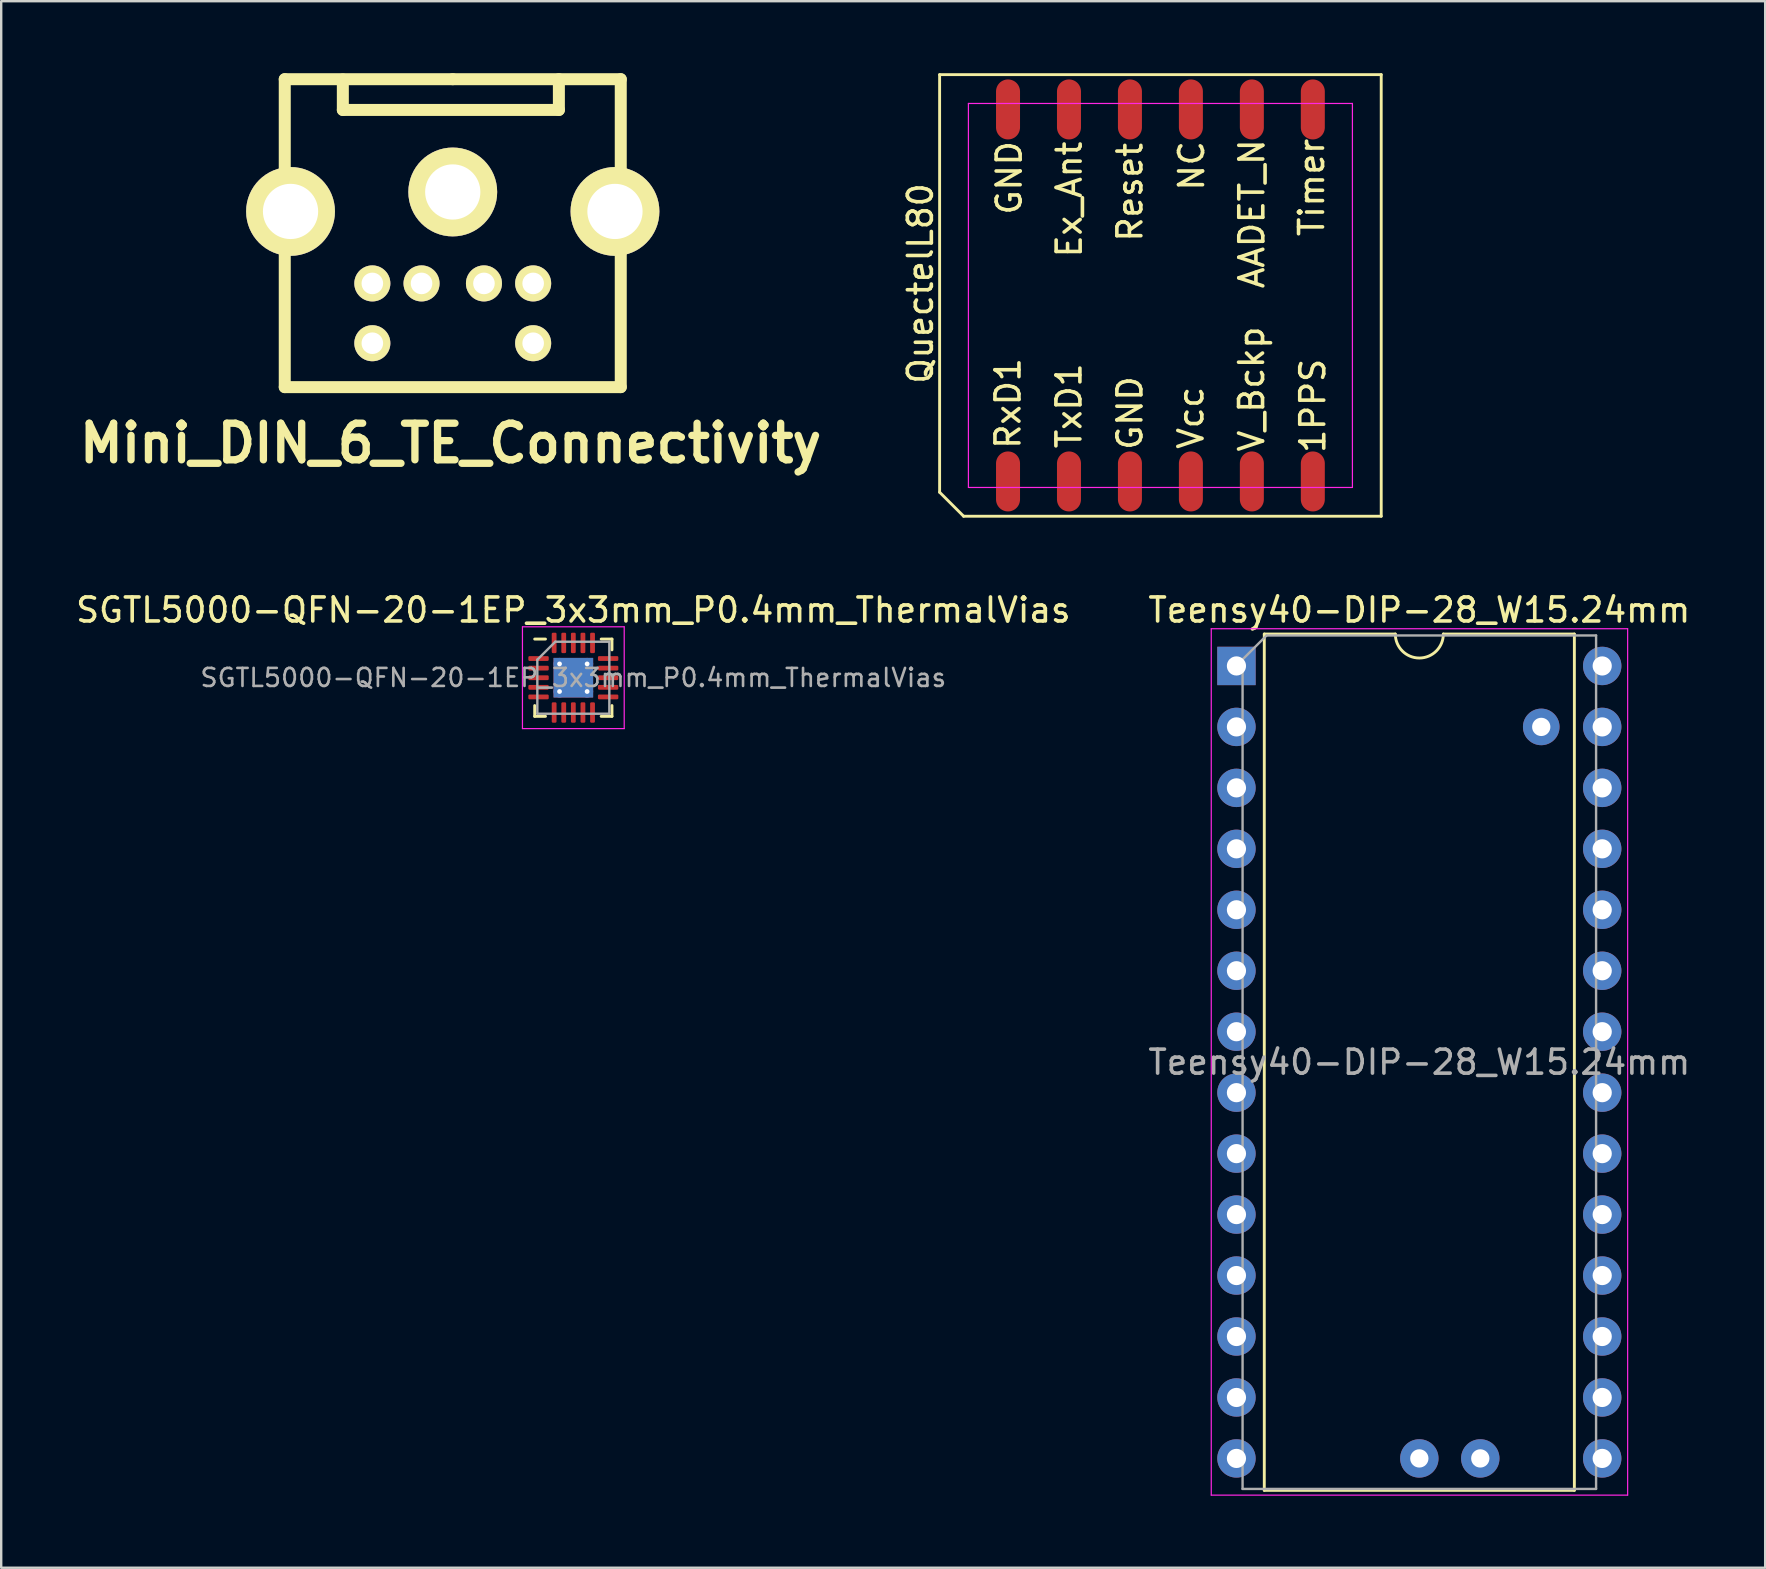
<source format=kicad_pcb>
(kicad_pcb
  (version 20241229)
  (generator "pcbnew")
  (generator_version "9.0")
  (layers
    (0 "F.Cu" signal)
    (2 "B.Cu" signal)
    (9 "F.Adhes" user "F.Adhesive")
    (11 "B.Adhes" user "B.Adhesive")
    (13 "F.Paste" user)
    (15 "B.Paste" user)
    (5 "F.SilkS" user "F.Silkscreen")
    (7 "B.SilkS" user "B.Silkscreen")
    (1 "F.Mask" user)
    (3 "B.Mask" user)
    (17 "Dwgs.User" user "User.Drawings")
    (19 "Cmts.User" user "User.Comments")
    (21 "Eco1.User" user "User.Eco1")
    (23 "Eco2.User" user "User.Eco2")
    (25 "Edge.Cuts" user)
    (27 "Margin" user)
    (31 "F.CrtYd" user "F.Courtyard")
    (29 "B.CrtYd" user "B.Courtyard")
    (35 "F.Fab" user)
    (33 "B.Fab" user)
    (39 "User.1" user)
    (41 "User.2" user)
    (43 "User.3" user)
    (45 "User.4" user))
  (footprint "QuectelL80"
    (layer "F.Cu")
    (at 45.301 9.26)
    (property "Reference" "QuectelL80" (at -10 -0.5 90) (layer "F.SilkS") (effects (font (size 1 1) (thickness 0.15))))
    (attr smd)
    (fp_line (start -9.2 -9.2) (end 9.2 -9.2) (stroke (width 0.12) (type solid)) (layer "F.SilkS"))
    (fp_line (start -9.2 8.2) (end -9.2 -9.2) (stroke (width 0.12) (type solid)) (layer "F.SilkS"))
    (fp_line (start -8.2 9.2) (end -9.2 8.2) (stroke (width 0.12) (type solid)) (layer "F.SilkS"))
    (fp_line (start 9.2 -9.2) (end 9.2 9.2) (stroke (width 0.12) (type solid)) (layer "F.SilkS"))
    (fp_line (start 9.2 9.2) (end -8.2 9.2) (stroke (width 0.12) (type solid)) (layer "F.SilkS"))
    (fp_line (start -8 -8) (end 8 -8) (stroke (width 0.05) (type solid)) (layer "F.CrtYd"))
    (fp_line (start -8 8) (end -8 -8) (stroke (width 0.05) (type solid)) (layer "F.CrtYd"))
    (fp_line (start 8 -8) (end 8 8) (stroke (width 0.05) (type solid)) (layer "F.CrtYd"))
    (fp_line (start 8 8) (end -8 8) (stroke (width 0.05) (type solid)) (layer "F.CrtYd"))
    (fp_text user "Vcc" (at 1.27 5.1 90) (layer "F.SilkS") (effects (font (size 1 1) (thickness 0.15))))
    (fp_text user "RxD1" (at -6.35 4.5 90) (layer "F.SilkS") (effects (font (size 1 1) (thickness 0.15))))
    (fp_text user "1PPS" (at 6.35 4.6 90) (layer "F.SilkS") (effects (font (size 1 1) (thickness 0.15))))
    (fp_text user "Timer" (at 6.3 -4.5 90) (layer "F.SilkS") (effects (font (size 1 1) (thickness 0.15))))
    (fp_text user "TxD1" (at -3.81 4.6 90) (layer "F.SilkS") (effects (font (size 1 1) (thickness 0.15))))
    (fp_text user "AADET_N" (at 3.81 -3.4 90) (layer "F.SilkS") (effects (font (size 1 1) (thickness 0.15))))
    (fp_text user "GND" (at -1.27 4.9 90) (layer "F.SilkS") (effects (font (size 1 1) (thickness 0.15))))
    (fp_text user "V_Bckp" (at 3.8 3.9 90) (layer "F.SilkS") (effects (font (size 1 1) (thickness 0.15))))
    (fp_text user "GND" (at -6.3 -4.9 90) (layer "F.SilkS") (effects (font (size 1 1) (thickness 0.15))))
    (fp_text user "Reset" (at -1.27 -4.3 90) (layer "F.SilkS") (effects (font (size 1 1) (thickness 0.15))))
    (fp_text user "NC" (at 1.3 -5.4 90) (layer "F.SilkS") (effects (font (size 1 1) (thickness 0.15))))
    (fp_text user "Ex_Ant" (at -3.8 -4 90) (layer "F.SilkS") (effects (font (size 1 1) (thickness 0.15))))
    (pad "1" smd oval (at -6.35 7.75) (size 1 2.5) (layers "F.Cu" "F.Mask" "F.Paste"))
    (pad "2" smd oval (at -3.81 7.75) (size 1 2.5) (layers "F.Cu" "F.Mask" "F.Paste"))
    (pad "3" smd oval (at -1.27 7.75) (size 1 2.5) (layers "F.Cu" "F.Mask" "F.Paste"))
    (pad "4" smd oval (at 1.27 7.75) (size 1 2.5) (layers "F.Cu" "F.Mask" "F.Paste"))
    (pad "5" smd oval (at 3.81 7.75) (size 1 2.5) (layers "F.Cu" "F.Mask" "F.Paste"))
    (pad "6" smd oval (at 6.35 7.75) (size 1 2.5) (layers "F.Cu" "F.Mask" "F.Paste"))
    (pad "7" smd oval (at 6.35 -7.75) (size 1 2.5) (layers "F.Cu" "F.Mask" "F.Paste"))
    (pad "8" smd oval (at 3.81 -7.75) (size 1 2.5) (layers "F.Cu" "F.Mask" "F.Paste"))
    (pad "9" smd oval (at 1.27 -7.75) (size 1 2.5) (layers "F.Cu" "F.Mask" "F.Paste"))
    (pad "10" smd oval (at -1.27 -7.75) (size 1 2.5) (layers "F.Cu" "F.Mask" "F.Paste"))
    (pad "11" smd oval (at -3.81 -7.75) (size 1 2.5) (layers "F.Cu" "F.Mask" "F.Paste"))
    (pad "12" smd oval (at -6.35 -7.75) (size 1 2.5) (layers "F.Cu" "F.Mask" "F.Paste")))
  (footprint "SGTL5000-QFN-20-1EP_3x3mm_P0.4mm_ThermalVias"
    (layer "F.Cu")
    (at 20.839 25.188)
    (property "Reference" "SGTL5000-QFN-20-1EP_3x3mm_P0.4mm_ThermalVias" (at 0 -2.82 0) (layer "F.SilkS") (effects (font (size 1 1) (thickness 0.15))))
    (attr smd)
    (fp_line (start -1.61 1.61) (end -1.61 1.16) (stroke (width 0.12) (type solid)) (layer "F.SilkS"))
    (fp_line (start -1.16 -1.61) (end -1.61 -1.61) (stroke (width 0.12) (type solid)) (layer "F.SilkS"))
    (fp_line (start -1.16 1.61) (end -1.61 1.61) (stroke (width 0.12) (type solid)) (layer "F.SilkS"))
    (fp_line (start 1.16 -1.61) (end 1.61 -1.61) (stroke (width 0.12) (type solid)) (layer "F.SilkS"))
    (fp_line (start 1.16 1.61) (end 1.61 1.61) (stroke (width 0.12) (type solid)) (layer "F.SilkS"))
    (fp_line (start 1.61 -1.61) (end 1.61 -1.16) (stroke (width 0.12) (type solid)) (layer "F.SilkS"))
    (fp_line (start 1.61 1.61) (end 1.61 1.16) (stroke (width 0.12) (type solid)) (layer "F.SilkS"))
    (fp_line (start -2.12 -2.12) (end -2.12 2.12) (stroke (width 0.05) (type solid)) (layer "F.CrtYd"))
    (fp_line (start -2.12 2.12) (end 2.12 2.12) (stroke (width 0.05) (type solid)) (layer "F.CrtYd"))
    (fp_line (start 2.12 -2.12) (end -2.12 -2.12) (stroke (width 0.05) (type solid)) (layer "F.CrtYd"))
    (fp_line (start 2.12 2.12) (end 2.12 -2.12) (stroke (width 0.05) (type solid)) (layer "F.CrtYd"))
    (fp_line (start -1.5 -0.75) (end -0.75 -1.5) (stroke (width 0.1) (type solid)) (layer "F.Fab"))
    (fp_line (start -1.5 1.5) (end -1.5 -0.75) (stroke (width 0.1) (type solid)) (layer "F.Fab"))
    (fp_line (start -0.75 -1.5) (end 1.5 -1.5) (stroke (width 0.1) (type solid)) (layer "F.Fab"))
    (fp_line (start 1.5 -1.5) (end 1.5 1.5) (stroke (width 0.1) (type solid)) (layer "F.Fab"))
    (fp_line (start 1.5 1.5) (end -1.5 1.5) (stroke (width 0.1) (type solid)) (layer "F.Fab"))
    (fp_text user "${REFERENCE}" (at 0 0 0) (layer "F.Fab") (effects (font (size 0.75 0.75) (thickness 0.11))))
    (pad "" smd roundrect (at -0.41 -0.41) (size 0.69 0.69) (layers "F.Paste") (roundrect_rratio 0.25))
    (pad "" smd roundrect (at -0.41 0.41) (size 0.69 0.69) (layers "F.Paste") (roundrect_rratio 0.25))
    (pad "" smd roundrect (at 0.41 -0.41) (size 0.69 0.69) (layers "F.Paste") (roundrect_rratio 0.25))
    (pad "" smd roundrect (at 0.41 0.41) (size 0.69 0.69) (layers "F.Paste") (roundrect_rratio 0.25))
    (pad "1" smd roundrect (at -1.45 -0.8) (size 0.85 0.2) (layers "F.Cu" "F.Mask" "F.Paste") (roundrect_rratio 0.25))
    (pad "2" smd roundrect (at -1.45 -0.4) (size 0.85 0.2) (layers "F.Cu" "F.Mask" "F.Paste") (roundrect_rratio 0.25))
    (pad "3" smd roundrect (at -1.45 0) (size 0.85 0.2) (layers "F.Cu" "F.Mask" "F.Paste") (roundrect_rratio 0.25))
    (pad "4" smd roundrect (at -1.45 0.4) (size 0.85 0.2) (layers "F.Cu" "F.Mask" "F.Paste") (roundrect_rratio 0.25))
    (pad "5" smd roundrect (at -1.45 0.8) (size 0.85 0.2) (layers "F.Cu" "F.Mask" "F.Paste") (roundrect_rratio 0.25))
    (pad "6" smd roundrect (at -0.8 1.45) (size 0.2 0.85) (layers "F.Cu" "F.Mask" "F.Paste") (roundrect_rratio 0.25))
    (pad "7" smd roundrect (at -0.4 1.45) (size 0.2 0.85) (layers "F.Cu" "F.Mask" "F.Paste") (roundrect_rratio 0.25))
    (pad "8" smd roundrect (at 0 1.45) (size 0.2 0.85) (layers "F.Cu" "F.Mask" "F.Paste") (roundrect_rratio 0.25))
    (pad "9" smd roundrect (at 0.4 1.45) (size 0.2 0.85) (layers "F.Cu" "F.Mask" "F.Paste") (roundrect_rratio 0.25))
    (pad "10" smd roundrect (at 0.8 1.45) (size 0.2 0.85) (layers "F.Cu" "F.Mask" "F.Paste") (roundrect_rratio 0.25))
    (pad "11" smd roundrect (at 1.45 0.8) (size 0.85 0.2) (layers "F.Cu" "F.Mask" "F.Paste") (roundrect_rratio 0.25))
    (pad "12" smd roundrect (at 1.45 0.4) (size 0.85 0.2) (layers "F.Cu" "F.Mask" "F.Paste") (roundrect_rratio 0.25))
    (pad "13" smd roundrect (at 1.45 0) (size 0.85 0.2) (layers "F.Cu" "F.Mask" "F.Paste") (roundrect_rratio 0.25))
    (pad "14" smd roundrect (at 1.45 -0.4) (size 0.85 0.2) (layers "F.Cu" "F.Mask" "F.Paste") (roundrect_rratio 0.25))
    (pad "15" smd roundrect (at 1.45 -0.8) (size 0.85 0.2) (layers "F.Cu" "F.Mask" "F.Paste") (roundrect_rratio 0.25))
    (pad "16" smd roundrect (at 0.8 -1.45) (size 0.2 0.85) (layers "F.Cu" "F.Mask" "F.Paste") (roundrect_rratio 0.25))
    (pad "17" smd roundrect (at 0.4 -1.45) (size 0.2 0.85) (layers "F.Cu" "F.Mask" "F.Paste") (roundrect_rratio 0.25))
    (pad "18" smd roundrect (at 0 -1.45) (size 0.2 0.85) (layers "F.Cu" "F.Mask" "F.Paste") (roundrect_rratio 0.25))
    (pad "19" smd roundrect (at -0.4 -1.45) (size 0.2 0.85) (layers "F.Cu" "F.Mask" "F.Paste") (roundrect_rratio 0.25))
    (pad "20" smd roundrect (at -0.8 -1.45) (size 0.2 0.85) (layers "F.Cu" "F.Mask" "F.Paste") (roundrect_rratio 0.25))
    (pad "21" thru_hole circle (at -0.575 -0.575) (size 0.5 0.5) (drill 0.2) (layers "*.Cu"))
    (pad "21" thru_hole circle (at -0.575 0.575) (size 0.5 0.5) (drill 0.2) (layers "*.Cu"))
    (pad "21" smd rect (at 0 0) (size 1.65 1.65) (layers "F.Cu" "F.Mask"))
    (pad "21" smd rect (at 0 0) (size 1.65 1.65) (layers "B.Cu"))
    (pad "21" thru_hole circle (at 0.575 -0.575) (size 0.5 0.5) (drill 0.2) (layers "*.Cu"))
    (pad "21" thru_hole circle (at 0.575 0.575) (size 0.5 0.5) (drill 0.2) (layers "*.Cu")))
  (footprint "Teensy40-DIP-28_W15.24mm"
    (layer "F.Cu")
    (at 48.469 24.698)
    (property "Reference" "Teensy40-DIP-28_W15.24mm" (at 7.62 -2.33 0) (layer "F.SilkS") (effects (font (size 1 1) (thickness 0.15))))
    (attr through_hole)
    (fp_line (start 1.16 -1.33) (end 1.16 34.35) (stroke (width 0.12) (type solid)) (layer "F.SilkS"))
    (fp_line (start 1.16 34.35) (end 14.08 34.35) (stroke (width 0.12) (type solid)) (layer "F.SilkS"))
    (fp_line (start 6.62 -1.33) (end 1.16 -1.33) (stroke (width 0.12) (type solid)) (layer "F.SilkS"))
    (fp_line (start 14.08 -1.33) (end 8.62 -1.33) (stroke (width 0.12) (type solid)) (layer "F.SilkS"))
    (fp_line (start 14.08 34.35) (end 14.08 -1.33) (stroke (width 0.12) (type solid)) (layer "F.SilkS"))
    (fp_arc (start 8.62 -1.33) (mid 7.62 -0.33) (end 6.62 -1.33) (stroke (width 0.12) (type solid)) (layer "F.SilkS"))
    (fp_line (start -1.05 -1.55) (end -1.05 34.55) (stroke (width 0.05) (type solid)) (layer "F.CrtYd"))
    (fp_line (start -1.05 34.55) (end 16.3 34.55) (stroke (width 0.05) (type solid)) (layer "F.CrtYd"))
    (fp_line (start 16.3 -1.55) (end -1.05 -1.55) (stroke (width 0.05) (type solid)) (layer "F.CrtYd"))
    (fp_line (start 16.3 34.55) (end 16.3 -1.55) (stroke (width 0.05) (type solid)) (layer "F.CrtYd"))
    (fp_line (start 0.255 -0.27) (end 1.255 -1.27) (stroke (width 0.1) (type solid)) (layer "F.Fab"))
    (fp_line (start 0.255 34.29) (end 0.255 -0.27) (stroke (width 0.1) (type solid)) (layer "F.Fab"))
    (fp_line (start 1.255 -1.27) (end 14.985 -1.27) (stroke (width 0.1) (type solid)) (layer "F.Fab"))
    (fp_line (start 14.985 -1.27) (end 14.985 34.29) (stroke (width 0.1) (type solid)) (layer "F.Fab"))
    (fp_line (start 14.985 34.29) (end 0.255 34.29) (stroke (width 0.1) (type solid)) (layer "F.Fab"))
    (fp_text user "${REFERENCE}" (at 7.62 16.51 0) (layer "F.Fab") (effects (font (size 1 1) (thickness 0.15))))
    (pad "1" thru_hole rect (at 0 0) (size 1.6 1.6) (drill 0.8) (layers "*.Cu" "*.Mask"))
    (pad "2" thru_hole oval (at 0 2.54) (size 1.6 1.6) (drill 0.8) (layers "*.Cu" "*.Mask"))
    (pad "3" thru_hole oval (at 0 5.08) (size 1.6 1.6) (drill 0.8) (layers "*.Cu" "*.Mask"))
    (pad "4" thru_hole oval (at 0 7.62) (size 1.6 1.6) (drill 0.8) (layers "*.Cu" "*.Mask"))
    (pad "5" thru_hole oval (at 0 10.16) (size 1.6 1.6) (drill 0.8) (layers "*.Cu" "*.Mask"))
    (pad "6" thru_hole oval (at 0 12.7) (size 1.6 1.6) (drill 0.8) (layers "*.Cu" "*.Mask"))
    (pad "7" thru_hole oval (at 0 15.24) (size 1.6 1.6) (drill 0.8) (layers "*.Cu" "*.Mask"))
    (pad "8" thru_hole oval (at 0 17.78) (size 1.6 1.6) (drill 0.8) (layers "*.Cu" "*.Mask"))
    (pad "9" thru_hole oval (at 0 20.32) (size 1.6 1.6) (drill 0.8) (layers "*.Cu" "*.Mask"))
    (pad "10" thru_hole oval (at 0 22.86) (size 1.6 1.6) (drill 0.8) (layers "*.Cu" "*.Mask"))
    (pad "11" thru_hole oval (at 0 25.4) (size 1.6 1.6) (drill 0.8) (layers "*.Cu" "*.Mask"))
    (pad "12" thru_hole oval (at 0 27.94) (size 1.6 1.6) (drill 0.8) (layers "*.Cu" "*.Mask"))
    (pad "13" thru_hole oval (at 0 30.48) (size 1.6 1.6) (drill 0.8) (layers "*.Cu" "*.Mask"))
    (pad "14" thru_hole oval (at 0 33.02) (size 1.6 1.6) (drill 0.8) (layers "*.Cu" "*.Mask"))
    (pad "15" thru_hole oval (at 15.24 33.02) (size 1.6 1.6) (drill 0.8) (layers "*.Cu" "*.Mask"))
    (pad "16" thru_hole oval (at 15.24 30.48) (size 1.6 1.6) (drill 0.8) (layers "*.Cu" "*.Mask"))
    (pad "17" thru_hole oval (at 15.24 27.94) (size 1.6 1.6) (drill 0.8) (layers "*.Cu" "*.Mask"))
    (pad "18" thru_hole oval (at 15.24 25.4) (size 1.6 1.6) (drill 0.8) (layers "*.Cu" "*.Mask"))
    (pad "19" thru_hole oval (at 15.24 22.86) (size 1.6 1.6) (drill 0.8) (layers "*.Cu" "*.Mask"))
    (pad "20" thru_hole oval (at 15.24 20.32) (size 1.6 1.6) (drill 0.8) (layers "*.Cu" "*.Mask"))
    (pad "21" thru_hole oval (at 15.24 17.78) (size 1.6 1.6) (drill 0.8) (layers "*.Cu" "*.Mask"))
    (pad "22" thru_hole oval (at 15.24 15.24) (size 1.6 1.6) (drill 0.8) (layers "*.Cu" "*.Mask"))
    (pad "23" thru_hole oval (at 15.24 12.7) (size 1.6 1.6) (drill 0.8) (layers "*.Cu" "*.Mask"))
    (pad "24" thru_hole oval (at 15.24 10.16) (size 1.6 1.6) (drill 0.8) (layers "*.Cu" "*.Mask"))
    (pad "25" thru_hole oval (at 15.24 7.62) (size 1.6 1.6) (drill 0.8) (layers "*.Cu" "*.Mask"))
    (pad "26" thru_hole oval (at 15.24 5.08) (size 1.6 1.6) (drill 0.8) (layers "*.Cu" "*.Mask"))
    (pad "27" thru_hole oval (at 15.24 2.54) (size 1.6 1.6) (drill 0.8) (layers "*.Cu" "*.Mask"))
    (pad "28" thru_hole oval (at 15.24 0) (size 1.6 1.6) (drill 0.8) (layers "*.Cu" "*.Mask"))
    (pad "29" thru_hole circle (at 12.7 2.54) (size 1.524 1.524) (drill 0.762) (layers "*.Cu" "*.Mask"))
    (pad "S3" thru_hole oval (at 7.62 33.02) (size 1.6 1.6) (drill 0.762) (layers "*.Cu" "*.Mask"))
    (pad "S4" thru_hole oval (at 10.16 33.02) (size 1.6 1.6) (drill 0.762) (layers "*.Cu" "*.Mask")))
  (footprint "Mini_DIN_6_TE_Connectivity"
    (layer "F.Cu")
    (at 15.736 7.53)
    (property "Reference" "Mini_DIN_6_TE_Connectivity" (at -0.01 7.889 0) (layer "F.SilkS") (effects (font (size 1.524 1.524) (thickness 0.305))))
    (attr through_hole)
    (fp_line (start -6.921 -7.28) (end 0.079 -7.28) (stroke (width 0.5) (type solid)) (layer "F.SilkS"))
    (fp_line (start -6.921 5.55) (end -6.921 -7.28) (stroke (width 0.5) (type solid)) (layer "F.SilkS"))
    (fp_line (start -4.501 -5.999) (end -4.501 -7.269) (stroke (width 0.5) (type solid)) (layer "F.SilkS"))
    (fp_line (start -4.501 -5.999) (end 4.501 -5.999) (stroke (width 0.5) (type solid)) (layer "F.SilkS"))
    (fp_line (start 0.079 -7.28) (end 7.079 -7.28) (stroke (width 0.5) (type solid)) (layer "F.SilkS"))
    (fp_line (start 4.501 -5.999) (end 4.501 -7.28) (stroke (width 0.5) (type solid)) (layer "F.SilkS"))
    (fp_line (start 7.079 -7.28) (end 7.079 5.55) (stroke (width 0.5) (type solid)) (layer "F.SilkS"))
    (fp_line (start 7.079 5.55) (end -6.921 5.55) (stroke (width 0.5) (type solid)) (layer "F.SilkS"))
    (pad "1" thru_hole circle (at -1.222 1.229) (size 1.501 1.501) (drill 0.899) (layers "*.Cu" "B.Mask" "F.SilkS"))
    (pad "2" thru_hole circle (at 1.379 1.229) (size 1.501 1.501) (drill 0.899) (layers "*.Cu" "B.Mask" "F.SilkS"))
    (pad "3" thru_hole circle (at -3.272 1.229) (size 1.501 1.501) (drill 0.899) (layers "*.Cu" "B.Mask" "F.SilkS"))
    (pad "4" thru_hole circle (at 3.429 1.229) (size 1.501 1.501) (drill 0.899) (layers "*.Cu" "B.Mask" "F.SilkS"))
    (pad "5" thru_hole circle (at -3.272 3.721) (size 1.501 1.501) (drill 0.899) (layers "*.Cu" "B.Mask" "F.SilkS"))
    (pad "6" thru_hole circle (at 3.429 3.721) (size 1.501 1.501) (drill 0.899) (layers "*.Cu" "B.Mask" "F.SilkS"))
    (pad "SHD" thru_hole circle (at -6.68 -1.77) (size 3.701 3.701) (drill 2.301) (layers "*.Cu" "*.Mask" "F.SilkS"))
    (pad "SHD" thru_hole circle (at 0.079 -2.581) (size 3.701 3.701) (drill 2.301) (layers "B.Cu" "B.Mask" "F.SilkS"))
    (pad "SHD" thru_hole circle (at 6.838 -1.77) (size 3.701 3.701) (drill 2.301) (layers "*.Cu" "*.Mask" "F.SilkS")))
  (gr_rect
    (start -3 -3)
    (end 70.5 62.273)
    (stroke (width 0.1) (type default))
    (fill no)
    (layer "Edge.Cuts")))
</source>
